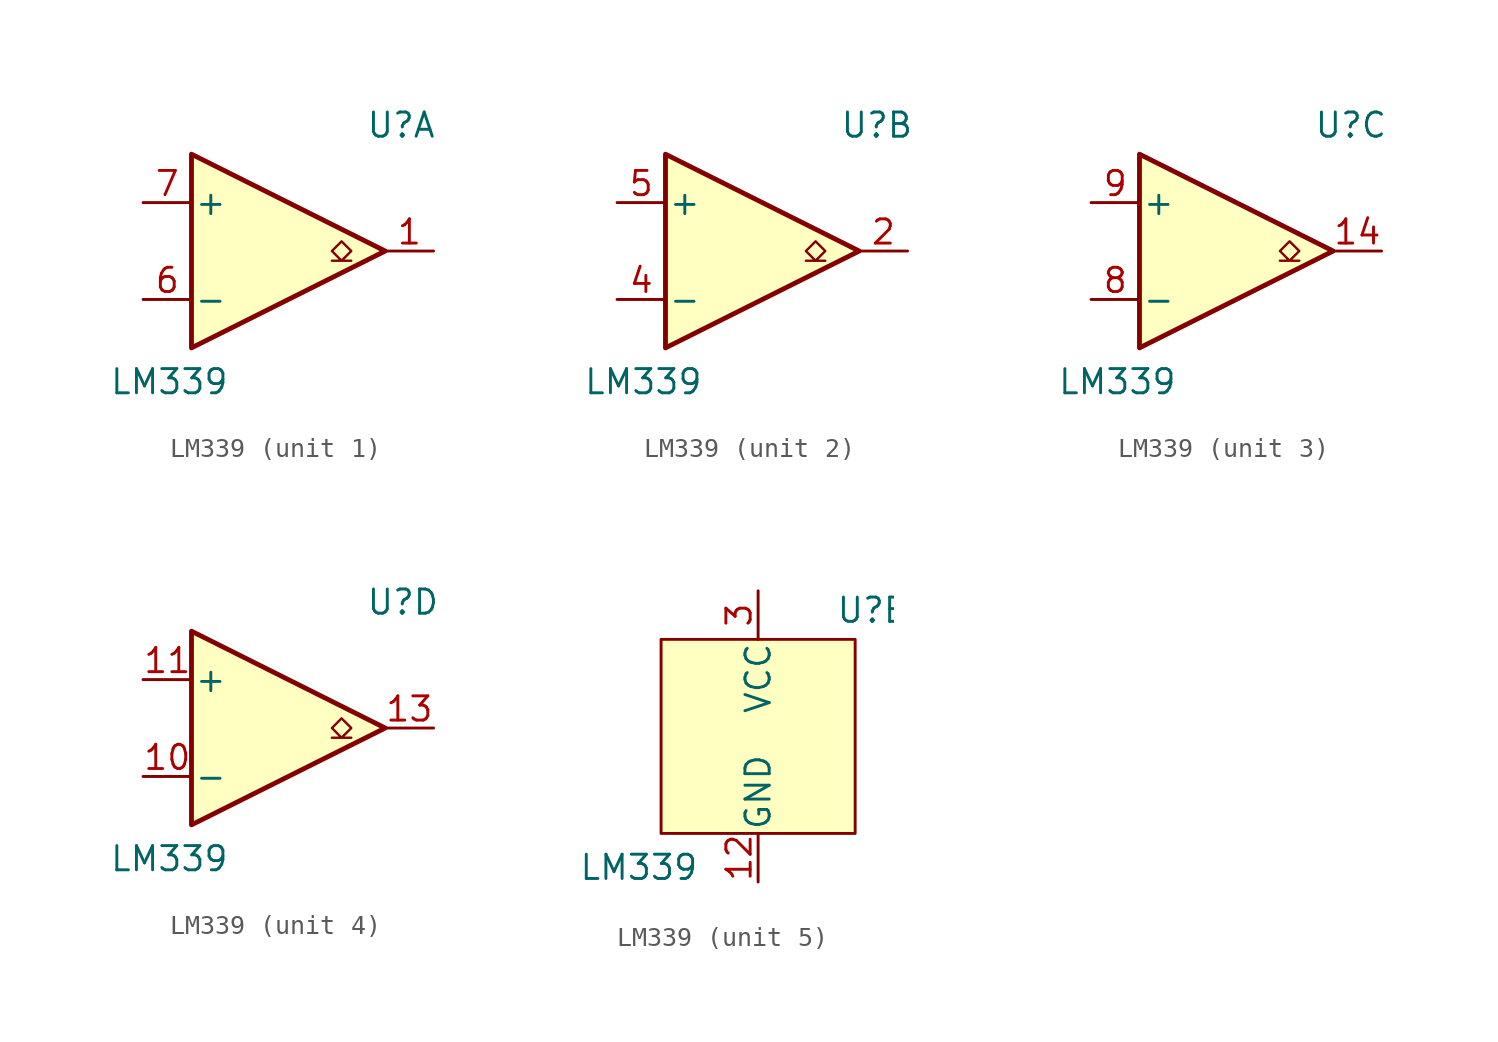
<source format=kicad_sym>
(kicad_symbol_lib
  (version 20231120)
  (generator "kicad_symbol_editor")
  (generator_version "8.0")
  (symbol "LM339"
    (pin_names
      (offset 0.127))
    (property "Reference" "U"
      (at 4.064 6.604 0)
      (effects (font (size 1.27 1.27)) (justify left)))
    (property "Value" "LM339"
      (at -9.398 -6.858 0)
      (effects (font (size 1.27 1.27)) (justify left)))
    (property "ki_locked" ""
      (at 0 0 0)
      (effects (font (size 1.27 1.27))))
    (symbol "LM339_1_1"
      (polyline (pts (xy -5.08 5.08) (xy 5.08 0) (xy -5.08 -5.08) (xy -5.08 5.08)) (stroke (width 0.254) (type default)) (fill (type background)))
      (polyline (pts (xy 3.302 -0.508) (xy 2.794 -0.508) (xy 3.302 0) (xy 2.794 0.508) (xy 2.286 0) (xy 2.794 -0.508) (xy 2.286 -0.508)) (stroke (width 0.127) (type default)) (fill (type none)))
      (pin open_collector line (at 7.62 0 180) (length 2.54) (name "~" (effects (font (size 1.27 1.27)))) (number "1" (effects (font (size 1.27 1.27)))))
      (pin input line (at -7.62 -2.54 0) (length 2.54) (name "-" (effects (font (size 1.27 1.27)))) (number "6" (effects (font (size 1.27 1.27)))))
      (pin input line (at -7.62 2.54 0) (length 2.54) (name "+" (effects (font (size 1.27 1.27)))) (number "7" (effects (font (size 1.27 1.27))))))
    (symbol "LM339_2_1"
      (polyline (pts (xy -5.08 5.08) (xy 5.08 0) (xy -5.08 -5.08) (xy -5.08 5.08)) (stroke (width 0.254) (type default)) (fill (type background)))
      (polyline (pts (xy 3.302 -0.508) (xy 2.794 -0.508) (xy 3.302 0) (xy 2.794 0.508) (xy 2.286 0) (xy 2.794 -0.508) (xy 2.286 -0.508)) (stroke (width 0.127) (type default)) (fill (type none)))
      (pin open_collector line (at 7.62 0 180) (length 2.54) (name "~" (effects (font (size 1.27 1.27)))) (number "2" (effects (font (size 1.27 1.27)))))
      (pin input line (at -7.62 -2.54 0) (length 2.54) (name "-" (effects (font (size 1.27 1.27)))) (number "4" (effects (font (size 1.27 1.27)))))
      (pin input line (at -7.62 2.54 0) (length 2.54) (name "+" (effects (font (size 1.27 1.27)))) (number "5" (effects (font (size 1.27 1.27))))))
    (symbol "LM339_3_1"
      (polyline (pts (xy -5.08 5.08) (xy 5.08 0) (xy -5.08 -5.08) (xy -5.08 5.08)) (stroke (width 0.254) (type default)) (fill (type background)))
      (polyline (pts (xy 3.302 -0.508) (xy 2.794 -0.508) (xy 3.302 0) (xy 2.794 0.508) (xy 2.286 0) (xy 2.794 -0.508) (xy 2.286 -0.508)) (stroke (width 0.127) (type default)) (fill (type none)))
      (pin open_collector line (at 7.62 0 180) (length 2.54) (name "~" (effects (font (size 1.27 1.27)))) (number "14" (effects (font (size 1.27 1.27)))))
      (pin input line (at -7.62 -2.54 0) (length 2.54) (name "-" (effects (font (size 1.27 1.27)))) (number "8" (effects (font (size 1.27 1.27)))))
      (pin input line (at -7.62 2.54 0) (length 2.54) (name "+" (effects (font (size 1.27 1.27)))) (number "9" (effects (font (size 1.27 1.27))))))
    (symbol "LM339_4_1"
      (polyline (pts (xy -5.08 5.08) (xy 5.08 0) (xy -5.08 -5.08) (xy -5.08 5.08)) (stroke (width 0.254) (type default)) (fill (type background)))
      (polyline (pts (xy 3.302 -0.508) (xy 2.794 -0.508) (xy 3.302 0) (xy 2.794 0.508) (xy 2.286 0) (xy 2.794 -0.508) (xy 2.286 -0.508)) (stroke (width 0.127) (type default)) (fill (type none)))
      (pin input line (at -7.62 -2.54 0) (length 2.54) (name "-" (effects (font (size 1.27 1.27)))) (number "10" (effects (font (size 1.27 1.27)))))
      (pin input line (at -7.62 2.54 0) (length 2.54) (name "+" (effects (font (size 1.27 1.27)))) (number "11" (effects (font (size 1.27 1.27)))))
      (pin open_collector line (at 7.62 0 180) (length 2.54) (name "~" (effects (font (size 1.27 1.27)))) (number "13" (effects (font (size 1.27 1.27))))))
    (symbol "LM339_5_1"
      (rectangle (start -5.08 5.08) (end 5.08 -5.08) (stroke (width 0) (type default)) (fill (type background)))
      (pin power_in line (at 0 -7.62 90) (length 2.54) (name "GND" (effects (font (size 1.27 1.27)))) (number "12" (effects (font (size 1.27 1.27)))))
      (pin power_in line (at 0 7.62 270) (length 2.54) (name "VCC" (effects (font (size 1.27 1.27)))) (number "3" (effects (font (size 1.27 1.27))))))))
</source>
